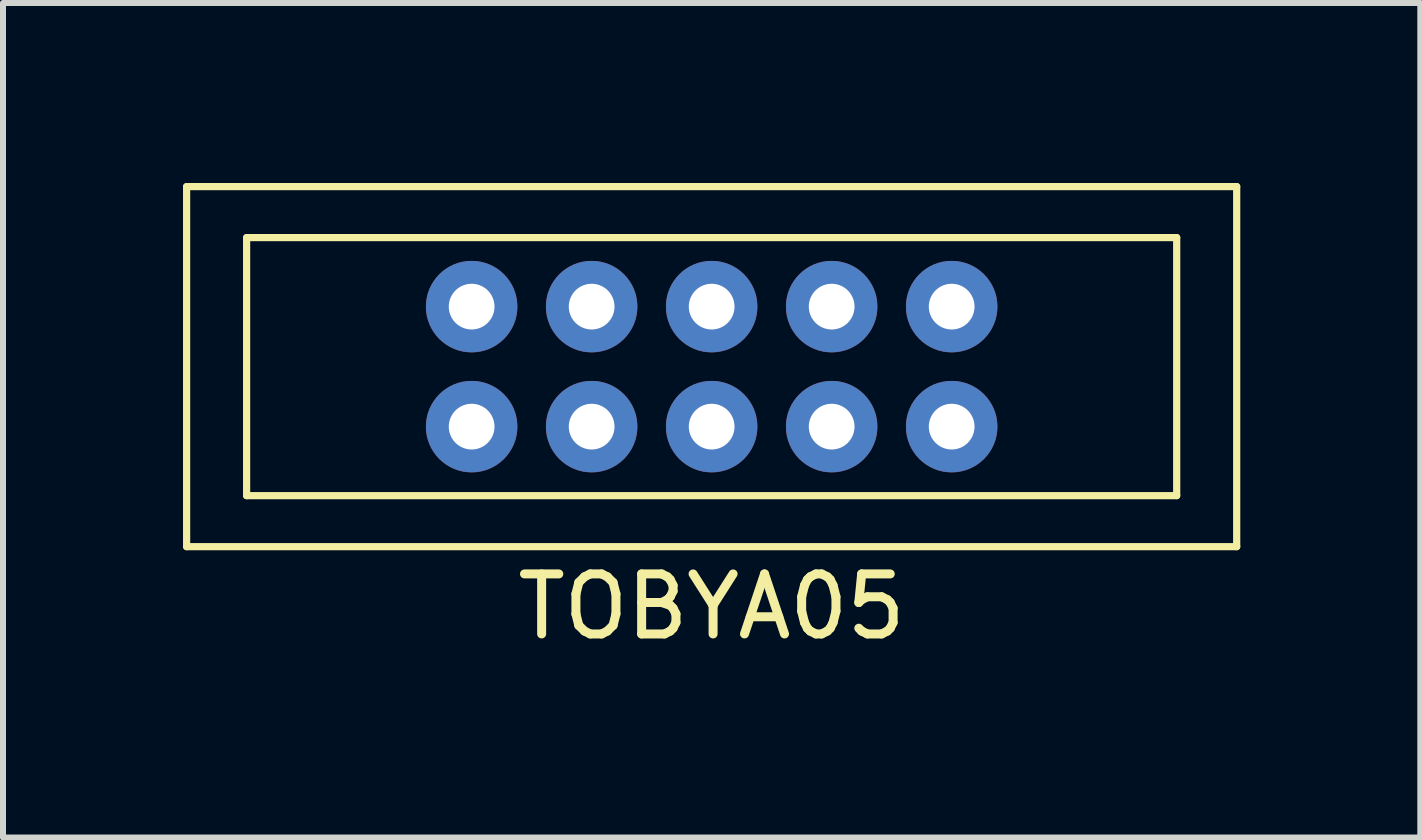
<source format=kicad_pcb>
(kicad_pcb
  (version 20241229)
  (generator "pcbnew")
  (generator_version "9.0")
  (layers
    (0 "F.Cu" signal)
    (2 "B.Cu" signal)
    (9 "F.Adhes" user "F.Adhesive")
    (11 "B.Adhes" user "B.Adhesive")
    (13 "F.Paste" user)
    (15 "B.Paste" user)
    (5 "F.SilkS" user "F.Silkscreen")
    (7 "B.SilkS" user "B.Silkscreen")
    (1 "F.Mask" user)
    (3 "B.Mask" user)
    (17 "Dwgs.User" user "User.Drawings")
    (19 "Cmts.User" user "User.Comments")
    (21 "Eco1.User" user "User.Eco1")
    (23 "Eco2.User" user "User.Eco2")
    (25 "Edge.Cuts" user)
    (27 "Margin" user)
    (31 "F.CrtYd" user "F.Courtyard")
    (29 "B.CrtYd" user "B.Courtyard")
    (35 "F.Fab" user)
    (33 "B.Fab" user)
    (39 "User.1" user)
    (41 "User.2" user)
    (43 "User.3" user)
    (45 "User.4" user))
  (footprint "TOBYA05"
    (layer "F.Cu")
    (at 8.81 3.06)
    (property "Reference" "TOBYA05" (at 0 4 0) (layer "F.SilkS") (effects (font (size 1 1) (thickness 0.15))))
    (attr through_hole)
    (fp_line (start -8.75 -3) (end -8.75 3) (stroke (width 0.12) (type solid)) (layer "F.SilkS"))
    (fp_line (start -8.75 3) (end 8.75 3) (stroke (width 0.12) (type solid)) (layer "F.SilkS"))
    (fp_line (start -7.75 -2.15) (end 7.75 -2.15) (stroke (width 0.12) (type solid)) (layer "F.SilkS"))
    (fp_line (start -7.75 2.15) (end -7.75 -2.15) (stroke (width 0.12) (type solid)) (layer "F.SilkS"))
    (fp_line (start -7.75 2.15) (end 7.75 2.15) (stroke (width 0.12) (type solid)) (layer "F.SilkS"))
    (fp_line (start 7.75 2.15) (end 7.75 -2.15) (stroke (width 0.12) (type solid)) (layer "F.SilkS"))
    (fp_line (start 8.75 -3) (end -8.75 -3) (stroke (width 0.12) (type solid)) (layer "F.SilkS"))
    (fp_line (start 8.75 3) (end 8.75 -3) (stroke (width 0.12) (type solid)) (layer "F.SilkS"))
    (pad "a1" thru_hole circle (at -4 1) (size 1.524 1.524) (drill 0.762) (layers "*.Cu" "*.Mask"))
    (pad "a2" thru_hole circle (at -2 1) (size 1.524 1.524) (drill 0.762) (layers "*.Cu" "*.Mask"))
    (pad "a3" thru_hole circle (at 0 1) (size 1.524 1.524) (drill 0.762) (layers "*.Cu" "*.Mask"))
    (pad "a4" thru_hole circle (at 2 1) (size 1.524 1.524) (drill 0.762) (layers "*.Cu" "*.Mask"))
    (pad "a5" thru_hole circle (at 4 1) (size 1.524 1.524) (drill 0.762) (layers "*.Cu" "*.Mask"))
    (pad "b1" thru_hole circle (at -4 -1) (size 1.524 1.524) (drill 0.762) (layers "*.Cu" "*.Mask"))
    (pad "b2" thru_hole circle (at -2 -1) (size 1.524 1.524) (drill 0.762) (layers "*.Cu" "*.Mask"))
    (pad "b3" thru_hole circle (at 0 -1) (size 1.524 1.524) (drill 0.762) (layers "*.Cu" "*.Mask"))
    (pad "b4" thru_hole circle (at 2 -1) (size 1.524 1.524) (drill 0.762) (layers "*.Cu" "*.Mask"))
    (pad "b5" thru_hole circle (at 4 -1) (size 1.524 1.524) (drill 0.762) (layers "*.Cu" "*.Mask")))
  (gr_rect
    (start -3 -3)
    (end 20.62 10.908)
    (stroke (width 0.1) (type default))
    (fill no)
    (layer "Edge.Cuts")))
</source>
